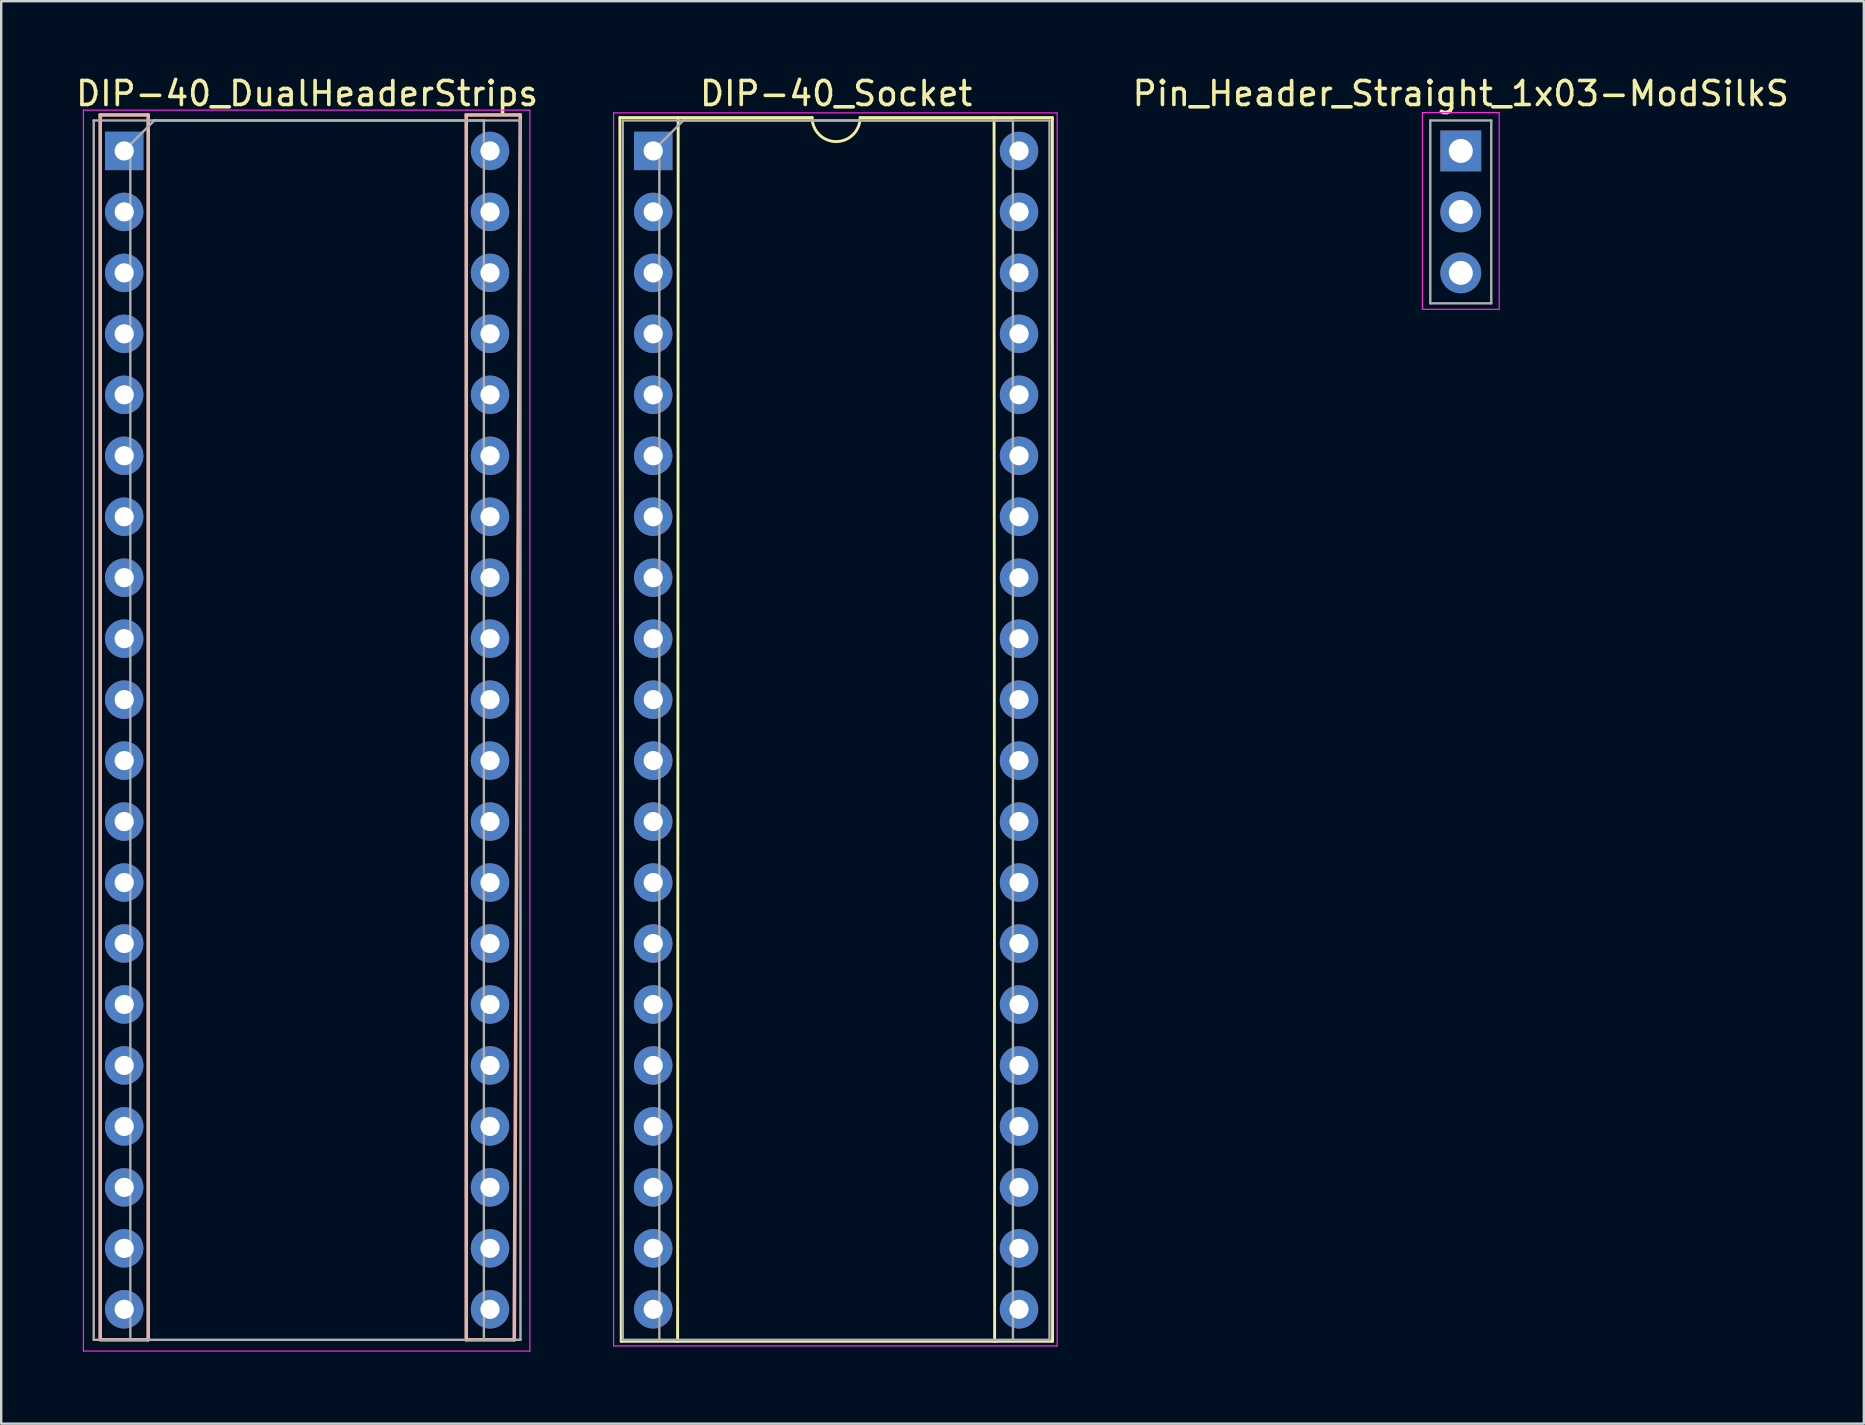
<source format=kicad_pcb>
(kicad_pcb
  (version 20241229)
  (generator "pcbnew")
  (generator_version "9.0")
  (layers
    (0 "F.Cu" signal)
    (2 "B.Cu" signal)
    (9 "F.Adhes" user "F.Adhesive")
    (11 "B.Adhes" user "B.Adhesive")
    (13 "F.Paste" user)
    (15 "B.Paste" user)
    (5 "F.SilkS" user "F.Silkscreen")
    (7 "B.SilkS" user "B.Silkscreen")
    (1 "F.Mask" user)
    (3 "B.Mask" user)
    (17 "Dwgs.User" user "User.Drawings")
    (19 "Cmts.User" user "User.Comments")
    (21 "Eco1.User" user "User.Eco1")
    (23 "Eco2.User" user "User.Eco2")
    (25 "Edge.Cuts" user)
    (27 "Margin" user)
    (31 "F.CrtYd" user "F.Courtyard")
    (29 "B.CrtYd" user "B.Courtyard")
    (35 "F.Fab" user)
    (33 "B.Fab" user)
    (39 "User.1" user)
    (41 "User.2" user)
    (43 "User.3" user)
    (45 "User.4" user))
  (footprint "DIP-40_DualHeaderStrips"
    (layer "F.Cu")
    (at 2.124 3.238)
    (property "Reference" "DIP-40_DualHeaderStrips" (at 7.62 -2.39 0) (layer "F.SilkS") (effects (font (size 1 1) (thickness 0.15))))
    (attr through_hole)
    (fp_line (start -1 -1.5) (end -1 49.505) (stroke (width 0.15) (type solid)) (layer "B.SilkS"))
    (fp_line (start -1 -1.5) (end 1 -1.5) (stroke (width 0.15) (type solid)) (layer "B.SilkS"))
    (fp_line (start -1 49.53) (end 1 49.53) (stroke (width 0.15) (type solid)) (layer "B.SilkS"))
    (fp_line (start 1 -1.5) (end 1 49.53) (stroke (width 0.15) (type solid)) (layer "B.SilkS"))
    (fp_line (start 14.25 49.53) (end 14.25 -1.5) (stroke (width 0.15) (type solid)) (layer "B.SilkS"))
    (fp_line (start 14.25 49.53) (end 16.25 49.53) (stroke (width 0.15) (type solid)) (layer "B.SilkS"))
    (fp_line (start 16.25 49.53) (end 16.5 -1.5) (stroke (width 0.15) (type solid)) (layer "B.SilkS"))
    (fp_line (start 16.5 -1.5) (end 14.25 -1.5) (stroke (width 0.15) (type solid)) (layer "B.SilkS"))
    (fp_line (start -1.7 -1.7) (end -1.7 50) (stroke (width 0.05) (type solid)) (layer "F.CrtYd"))
    (fp_line (start -1.7 50) (end 16.9 50) (stroke (width 0.05) (type solid)) (layer "F.CrtYd"))
    (fp_line (start 16.9 -1.7) (end -1.7 -1.7) (stroke (width 0.05) (type solid)) (layer "F.CrtYd"))
    (fp_line (start 16.9 50) (end 16.9 -1.7) (stroke (width 0.05) (type solid)) (layer "F.CrtYd"))
    (fp_line (start -1.27 -1.27) (end -1.27 49.53) (stroke (width 0.1) (type solid)) (layer "F.Fab"))
    (fp_line (start -1.27 49.53) (end 16.51 49.53) (stroke (width 0.1) (type solid)) (layer "F.Fab"))
    (fp_line (start 0.255 -0.27) (end 1.255 -1.27) (stroke (width 0.1) (type solid)) (layer "F.Fab"))
    (fp_line (start 0.255 49.53) (end 0.255 -0.27) (stroke (width 0.1) (type solid)) (layer "F.Fab"))
    (fp_line (start 1.255 -1.27) (end 14.985 -1.27) (stroke (width 0.1) (type solid)) (layer "F.Fab"))
    (fp_line (start 14.985 -1.27) (end 14.985 49.53) (stroke (width 0.1) (type solid)) (layer "F.Fab"))
    (fp_line (start 16.51 -1.27) (end -1.27 -1.27) (stroke (width 0.1) (type solid)) (layer "F.Fab"))
    (fp_line (start 16.51 49.53) (end 16.51 -1.27) (stroke (width 0.1) (type solid)) (layer "F.Fab"))
    (pad "1" thru_hole rect (at 0 0) (size 1.6 1.6) (drill 0.8) (layers "*.Cu" "*.Mask"))
    (pad "2" thru_hole oval (at 0 2.54) (size 1.6 1.6) (drill 0.8) (layers "*.Cu" "*.Mask"))
    (pad "3" thru_hole oval (at 0 5.08) (size 1.6 1.6) (drill 0.8) (layers "*.Cu" "*.Mask"))
    (pad "4" thru_hole oval (at 0 7.62) (size 1.6 1.6) (drill 0.8) (layers "*.Cu" "*.Mask"))
    (pad "5" thru_hole oval (at 0 10.16) (size 1.6 1.6) (drill 0.8) (layers "*.Cu" "*.Mask"))
    (pad "6" thru_hole oval (at 0 12.7) (size 1.6 1.6) (drill 0.8) (layers "*.Cu" "*.Mask"))
    (pad "7" thru_hole oval (at 0 15.24) (size 1.6 1.6) (drill 0.8) (layers "*.Cu" "*.Mask"))
    (pad "8" thru_hole oval (at 0 17.78) (size 1.6 1.6) (drill 0.8) (layers "*.Cu" "*.Mask"))
    (pad "9" thru_hole oval (at 0 20.32) (size 1.6 1.6) (drill 0.8) (layers "*.Cu" "*.Mask"))
    (pad "10" thru_hole oval (at 0 22.86) (size 1.6 1.6) (drill 0.8) (layers "*.Cu" "*.Mask"))
    (pad "11" thru_hole oval (at 0 25.4) (size 1.6 1.6) (drill 0.8) (layers "*.Cu" "*.Mask"))
    (pad "12" thru_hole oval (at 0 27.94) (size 1.6 1.6) (drill 0.8) (layers "*.Cu" "*.Mask"))
    (pad "13" thru_hole oval (at 0 30.48) (size 1.6 1.6) (drill 0.8) (layers "*.Cu" "*.Mask"))
    (pad "14" thru_hole oval (at 0 33.02) (size 1.6 1.6) (drill 0.8) (layers "*.Cu" "*.Mask"))
    (pad "15" thru_hole oval (at 0 35.56) (size 1.6 1.6) (drill 0.8) (layers "*.Cu" "*.Mask"))
    (pad "16" thru_hole oval (at 0 38.1) (size 1.6 1.6) (drill 0.8) (layers "*.Cu" "*.Mask"))
    (pad "17" thru_hole oval (at 0 40.64) (size 1.6 1.6) (drill 0.8) (layers "*.Cu" "*.Mask"))
    (pad "18" thru_hole oval (at 0 43.18) (size 1.6 1.6) (drill 0.8) (layers "*.Cu" "*.Mask"))
    (pad "19" thru_hole oval (at 0 45.72) (size 1.6 1.6) (drill 0.8) (layers "*.Cu" "*.Mask"))
    (pad "20" thru_hole oval (at 0 48.26) (size 1.6 1.6) (drill 0.8) (layers "*.Cu" "*.Mask"))
    (pad "21" thru_hole oval (at 15.24 48.26) (size 1.6 1.6) (drill 0.8) (layers "*.Cu" "*.Mask"))
    (pad "22" thru_hole oval (at 15.24 45.72) (size 1.6 1.6) (drill 0.8) (layers "*.Cu" "*.Mask"))
    (pad "23" thru_hole oval (at 15.24 43.18) (size 1.6 1.6) (drill 0.8) (layers "*.Cu" "*.Mask"))
    (pad "24" thru_hole oval (at 15.24 40.64) (size 1.6 1.6) (drill 0.8) (layers "*.Cu" "*.Mask"))
    (pad "25" thru_hole oval (at 15.24 38.1) (size 1.6 1.6) (drill 0.8) (layers "*.Cu" "*.Mask"))
    (pad "26" thru_hole oval (at 15.24 35.56) (size 1.6 1.6) (drill 0.8) (layers "*.Cu" "*.Mask"))
    (pad "27" thru_hole oval (at 15.24 33.02) (size 1.6 1.6) (drill 0.8) (layers "*.Cu" "*.Mask"))
    (pad "28" thru_hole oval (at 15.24 30.48) (size 1.6 1.6) (drill 0.8) (layers "*.Cu" "*.Mask"))
    (pad "29" thru_hole oval (at 15.24 27.94) (size 1.6 1.6) (drill 0.8) (layers "*.Cu" "*.Mask"))
    (pad "30" thru_hole oval (at 15.24 25.4) (size 1.6 1.6) (drill 0.8) (layers "*.Cu" "*.Mask"))
    (pad "31" thru_hole oval (at 15.24 22.86) (size 1.6 1.6) (drill 0.8) (layers "*.Cu" "*.Mask"))
    (pad "32" thru_hole oval (at 15.24 20.32) (size 1.6 1.6) (drill 0.8) (layers "*.Cu" "*.Mask"))
    (pad "33" thru_hole oval (at 15.24 17.78) (size 1.6 1.6) (drill 0.8) (layers "*.Cu" "*.Mask"))
    (pad "34" thru_hole oval (at 15.24 15.24) (size 1.6 1.6) (drill 0.8) (layers "*.Cu" "*.Mask"))
    (pad "35" thru_hole oval (at 15.24 12.7) (size 1.6 1.6) (drill 0.8) (layers "*.Cu" "*.Mask"))
    (pad "36" thru_hole oval (at 15.24 10.16) (size 1.6 1.6) (drill 0.8) (layers "*.Cu" "*.Mask"))
    (pad "37" thru_hole oval (at 15.24 7.62) (size 1.6 1.6) (drill 0.8) (layers "*.Cu" "*.Mask"))
    (pad "38" thru_hole oval (at 15.24 5.08) (size 1.6 1.6) (drill 0.8) (layers "*.Cu" "*.Mask"))
    (pad "39" thru_hole oval (at 15.24 2.54) (size 1.6 1.6) (drill 0.8) (layers "*.Cu" "*.Mask"))
    (pad "40" thru_hole oval (at 15.24 0) (size 1.6 1.6) (drill 0.8) (layers "*.Cu" "*.Mask")))
  (footprint "Pin_Header_Straight_1x03-ModSilkS"
    (layer "F.Cu")
    (at 57.808 3.238)
    (property "Reference" "Pin_Header_Straight_1x03-ModSilkS" (at 0 -2.39 0) (layer "F.SilkS") (effects (font (size 1 1) (thickness 0.15))))
    (attr through_hole)
    (fp_line (start -1.6 -1.6) (end -1.6 6.6) (stroke (width 0.05) (type solid)) (layer "F.CrtYd"))
    (fp_line (start -1.6 6.6) (end 1.6 6.6) (stroke (width 0.05) (type solid)) (layer "F.CrtYd"))
    (fp_line (start 1.6 -1.6) (end -1.6 -1.6) (stroke (width 0.05) (type solid)) (layer "F.CrtYd"))
    (fp_line (start 1.6 6.6) (end 1.6 -1.6) (stroke (width 0.05) (type solid)) (layer "F.CrtYd"))
    (fp_line (start -1.27 -1.27) (end -1.27 6.35) (stroke (width 0.1) (type solid)) (layer "F.Fab"))
    (fp_line (start -1.27 6.35) (end 1.27 6.35) (stroke (width 0.1) (type solid)) (layer "F.Fab"))
    (fp_line (start 1.27 -1.27) (end -1.27 -1.27) (stroke (width 0.1) (type solid)) (layer "F.Fab"))
    (fp_line (start 1.27 6.35) (end 1.27 -1.27) (stroke (width 0.1) (type solid)) (layer "F.Fab"))
    (pad "1" thru_hole rect (at 0 0) (size 1.7 1.7) (drill 1) (layers "*.Cu" "*.Mask"))
    (pad "2" thru_hole oval (at 0 2.54) (size 1.7 1.7) (drill 1) (layers "*.Cu" "*.Mask"))
    (pad "3" thru_hole oval (at 0 5.08) (size 1.7 1.7) (drill 1) (layers "*.Cu" "*.Mask")))
  (footprint "DIP-40_Socket"
    (layer "F.Cu")
    (at 24.164 3.238)
    (property "Reference" "DIP-40_Socket" (at 7.62 -2.39 0) (layer "F.SilkS") (effects (font (size 1 1) (thickness 0.15))))
    (attr through_hole)
    (fp_line (start -1.39 -1.39) (end -1.333 49.593) (stroke (width 0.12) (type solid)) (layer "F.SilkS"))
    (fp_line (start -1.333 49.593) (end 16.637 49.593) (stroke (width 0.12) (type solid)) (layer "F.SilkS"))
    (fp_line (start 1.04 -1.39) (end 1.016 49.593) (stroke (width 0.12) (type solid)) (layer "F.SilkS"))
    (fp_line (start 6.62 -1.39) (end -1.39 -1.39) (stroke (width 0.12) (type solid)) (layer "F.SilkS"))
    (fp_line (start 14.224 49.593) (end 14.2 -1.39) (stroke (width 0.12) (type solid)) (layer "F.SilkS"))
    (fp_line (start 16.63 -1.39) (end 8.62 -1.39) (stroke (width 0.12) (type solid)) (layer "F.SilkS"))
    (fp_line (start 16.637 49.593) (end 16.63 -1.39) (stroke (width 0.12) (type solid)) (layer "F.SilkS"))
    (fp_arc (start 8.62 -1.39) (mid 7.62 -0.39) (end 6.62 -1.39) (stroke (width 0.12) (type solid)) (layer "F.SilkS"))
    (fp_line (start -1.651 -1.587) (end -1.651 49.784) (stroke (width 0.05) (type solid)) (layer "F.CrtYd"))
    (fp_line (start -1.651 49.784) (end 16.828 49.784) (stroke (width 0.05) (type solid)) (layer "F.CrtYd"))
    (fp_line (start 16.828 -1.587) (end -1.651 -1.587) (stroke (width 0.05) (type solid)) (layer "F.CrtYd"))
    (fp_line (start 16.828 49.784) (end 16.828 -1.587) (stroke (width 0.05) (type solid)) (layer "F.CrtYd"))
    (fp_line (start -1.27 -1.27) (end -1.27 49.53) (stroke (width 0.1) (type solid)) (layer "F.Fab"))
    (fp_line (start -1.27 49.53) (end 16.51 49.53) (stroke (width 0.1) (type solid)) (layer "F.Fab"))
    (fp_line (start 0.254 49.53) (end 0.255 -0.27) (stroke (width 0.1) (type solid)) (layer "F.Fab"))
    (fp_line (start 0.255 -0.27) (end 1.255 -1.27) (stroke (width 0.1) (type solid)) (layer "F.Fab"))
    (fp_line (start 1.255 -1.27) (end 14.985 -1.27) (stroke (width 0.1) (type solid)) (layer "F.Fab"))
    (fp_line (start 14.985 -1.27) (end 14.986 49.53) (stroke (width 0.1) (type solid)) (layer "F.Fab"))
    (fp_line (start 16.51 -1.27) (end -1.27 -1.27) (stroke (width 0.1) (type solid)) (layer "F.Fab"))
    (fp_line (start 16.51 49.53) (end 16.51 -1.27) (stroke (width 0.1) (type solid)) (layer "F.Fab"))
    (pad "1" thru_hole rect (at 0 0) (size 1.6 1.6) (drill 0.8) (layers "*.Cu" "*.Mask"))
    (pad "2" thru_hole oval (at 0 2.54) (size 1.6 1.6) (drill 0.8) (layers "*.Cu" "*.Mask"))
    (pad "3" thru_hole oval (at 0 5.08) (size 1.6 1.6) (drill 0.8) (layers "*.Cu" "*.Mask"))
    (pad "4" thru_hole oval (at 0 7.62) (size 1.6 1.6) (drill 0.8) (layers "*.Cu" "*.Mask"))
    (pad "5" thru_hole oval (at 0 10.16) (size 1.6 1.6) (drill 0.8) (layers "*.Cu" "*.Mask"))
    (pad "6" thru_hole oval (at 0 12.7) (size 1.6 1.6) (drill 0.8) (layers "*.Cu" "*.Mask"))
    (pad "7" thru_hole oval (at 0 15.24) (size 1.6 1.6) (drill 0.8) (layers "*.Cu" "*.Mask"))
    (pad "8" thru_hole oval (at 0 17.78) (size 1.6 1.6) (drill 0.8) (layers "*.Cu" "*.Mask"))
    (pad "9" thru_hole oval (at 0 20.32) (size 1.6 1.6) (drill 0.8) (layers "*.Cu" "*.Mask"))
    (pad "10" thru_hole oval (at 0 22.86) (size 1.6 1.6) (drill 0.8) (layers "*.Cu" "*.Mask"))
    (pad "11" thru_hole oval (at 0 25.4) (size 1.6 1.6) (drill 0.8) (layers "*.Cu" "*.Mask"))
    (pad "12" thru_hole oval (at 0 27.94) (size 1.6 1.6) (drill 0.8) (layers "*.Cu" "*.Mask"))
    (pad "13" thru_hole oval (at 0 30.48) (size 1.6 1.6) (drill 0.8) (layers "*.Cu" "*.Mask"))
    (pad "14" thru_hole oval (at 0 33.02) (size 1.6 1.6) (drill 0.8) (layers "*.Cu" "*.Mask"))
    (pad "15" thru_hole oval (at 0 35.56) (size 1.6 1.6) (drill 0.8) (layers "*.Cu" "*.Mask"))
    (pad "16" thru_hole oval (at 0 38.1) (size 1.6 1.6) (drill 0.8) (layers "*.Cu" "*.Mask"))
    (pad "17" thru_hole oval (at 0 40.64) (size 1.6 1.6) (drill 0.8) (layers "*.Cu" "*.Mask"))
    (pad "18" thru_hole oval (at 0 43.18) (size 1.6 1.6) (drill 0.8) (layers "*.Cu" "*.Mask"))
    (pad "19" thru_hole oval (at 0 45.72) (size 1.6 1.6) (drill 0.8) (layers "*.Cu" "*.Mask"))
    (pad "20" thru_hole oval (at 0 48.26) (size 1.6 1.6) (drill 0.8) (layers "*.Cu" "*.Mask"))
    (pad "21" thru_hole oval (at 15.24 48.26) (size 1.6 1.6) (drill 0.8) (layers "*.Cu" "*.Mask"))
    (pad "22" thru_hole oval (at 15.24 45.72) (size 1.6 1.6) (drill 0.8) (layers "*.Cu" "*.Mask"))
    (pad "23" thru_hole oval (at 15.24 43.18) (size 1.6 1.6) (drill 0.8) (layers "*.Cu" "*.Mask"))
    (pad "24" thru_hole oval (at 15.24 40.64) (size 1.6 1.6) (drill 0.8) (layers "*.Cu" "*.Mask"))
    (pad "25" thru_hole oval (at 15.24 38.1) (size 1.6 1.6) (drill 0.8) (layers "*.Cu" "*.Mask"))
    (pad "26" thru_hole oval (at 15.24 35.56) (size 1.6 1.6) (drill 0.8) (layers "*.Cu" "*.Mask"))
    (pad "27" thru_hole oval (at 15.24 33.02) (size 1.6 1.6) (drill 0.8) (layers "*.Cu" "*.Mask"))
    (pad "28" thru_hole oval (at 15.24 30.48) (size 1.6 1.6) (drill 0.8) (layers "*.Cu" "*.Mask"))
    (pad "29" thru_hole oval (at 15.24 27.94) (size 1.6 1.6) (drill 0.8) (layers "*.Cu" "*.Mask"))
    (pad "30" thru_hole oval (at 15.24 25.4) (size 1.6 1.6) (drill 0.8) (layers "*.Cu" "*.Mask"))
    (pad "31" thru_hole oval (at 15.24 22.86) (size 1.6 1.6) (drill 0.8) (layers "*.Cu" "*.Mask"))
    (pad "32" thru_hole oval (at 15.24 20.32) (size 1.6 1.6) (drill 0.8) (layers "*.Cu" "*.Mask"))
    (pad "33" thru_hole oval (at 15.24 17.78) (size 1.6 1.6) (drill 0.8) (layers "*.Cu" "*.Mask"))
    (pad "34" thru_hole oval (at 15.24 15.24) (size 1.6 1.6) (drill 0.8) (layers "*.Cu" "*.Mask"))
    (pad "35" thru_hole oval (at 15.24 12.7) (size 1.6 1.6) (drill 0.8) (layers "*.Cu" "*.Mask"))
    (pad "36" thru_hole oval (at 15.24 10.16) (size 1.6 1.6) (drill 0.8) (layers "*.Cu" "*.Mask"))
    (pad "37" thru_hole oval (at 15.24 7.62) (size 1.6 1.6) (drill 0.8) (layers "*.Cu" "*.Mask"))
    (pad "38" thru_hole oval (at 15.24 5.08) (size 1.6 1.6) (drill 0.8) (layers "*.Cu" "*.Mask"))
    (pad "39" thru_hole oval (at 15.24 2.54) (size 1.6 1.6) (drill 0.8) (layers "*.Cu" "*.Mask"))
    (pad "40" thru_hole oval (at 15.24 0) (size 1.6 1.6) (drill 0.8) (layers "*.Cu" "*.Mask")))
  (gr_rect
    (start -3 -3)
    (end 74.6 56.263)
    (stroke (width 0.1) (type default))
    (fill no)
    (layer "Edge.Cuts")))
</source>
